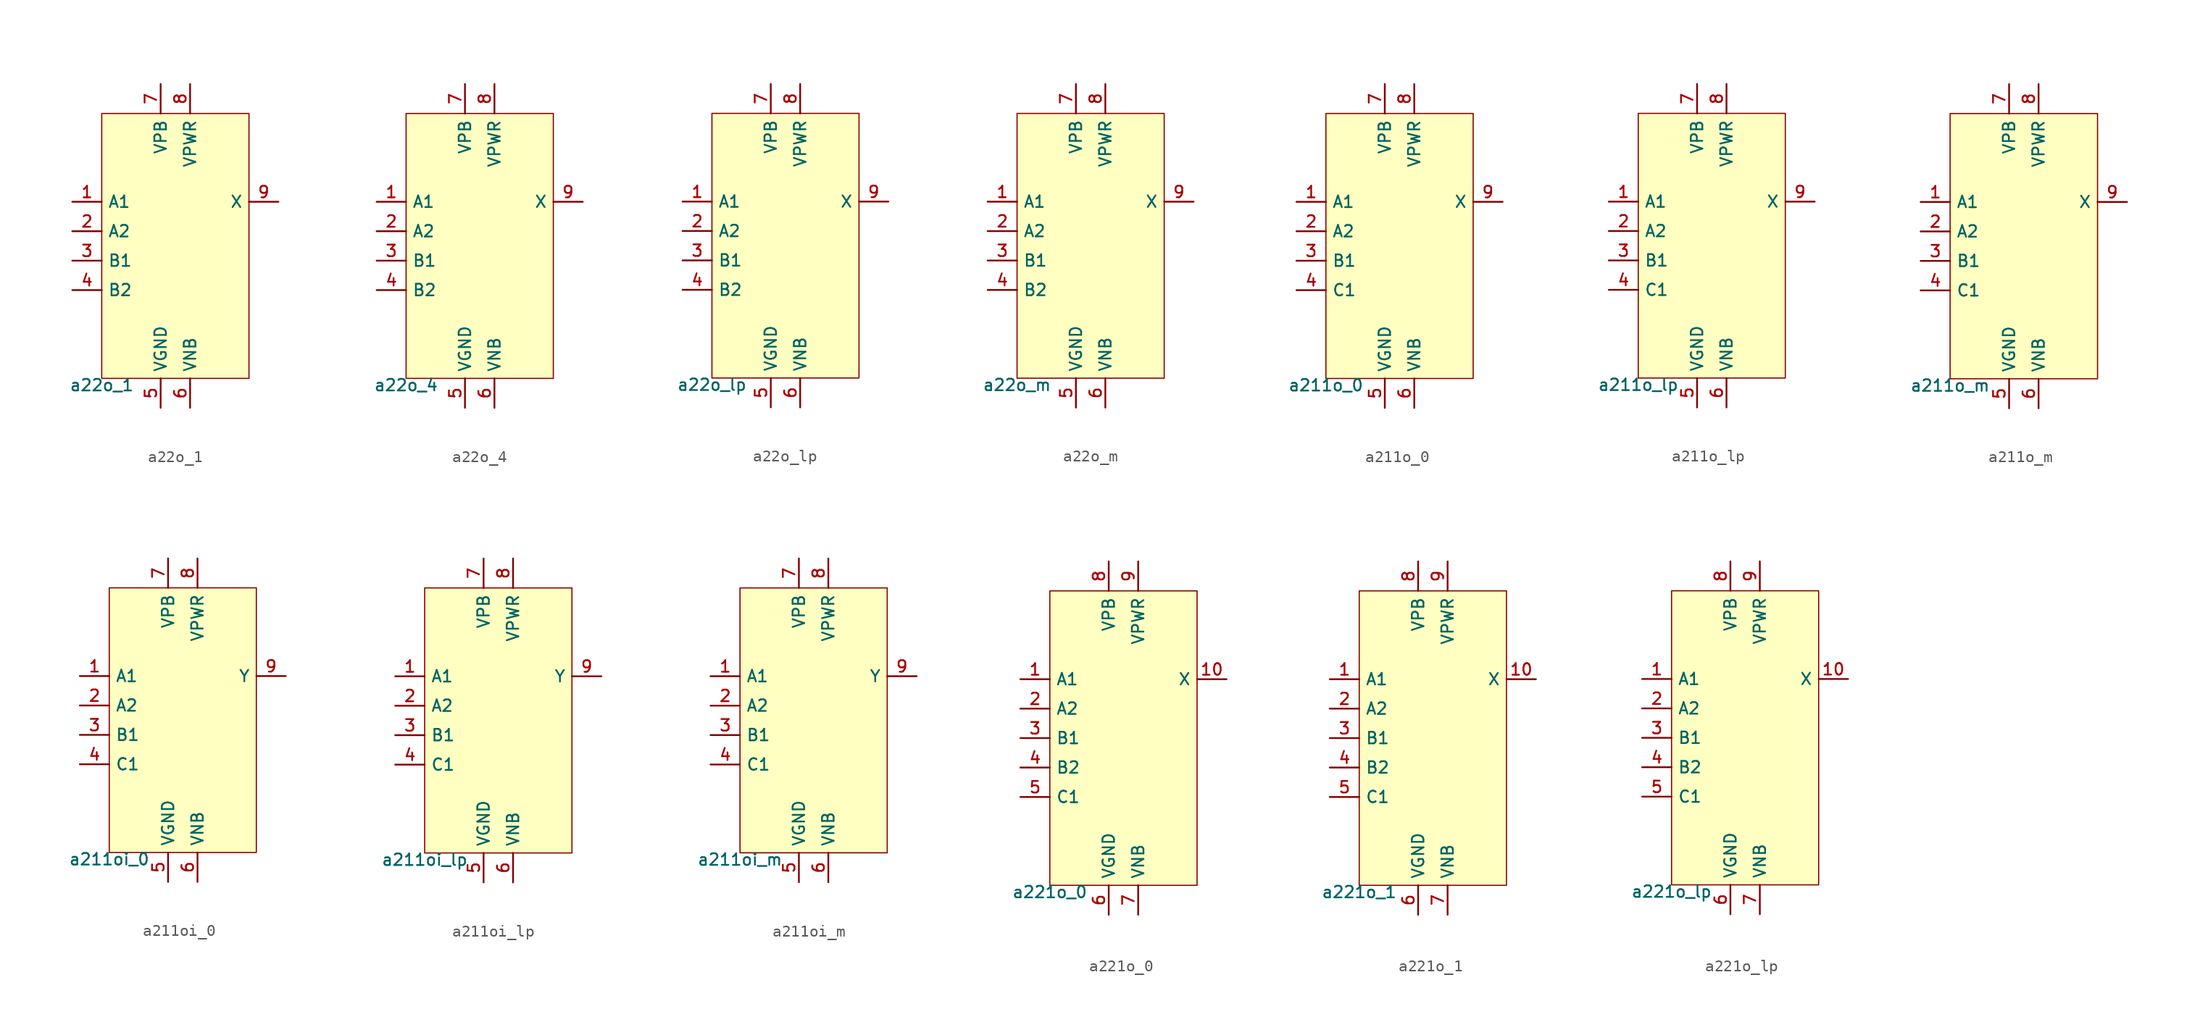
<source format=kicad_sym>
(kicad_symbol_lib
  (version 20211014)
  (generator pdk2kicad)
  (symbol "a22o_1"
    (property "Reference" "X"
      (at 0 0 0)
      (effects (font (size 1 1)) hide))
    (property "Value" "a22o_1"
      (at -6.35 -11.43 0)
      (effects (font (size 1 1)) (justify top)))
    (rectangle
      (start -6.35 -11.43)
      (end 6.35 11.43)
      (stroke (width 0.1) (type solid) (color 0 0 0 0))
      (fill (type background)))
    (pin input line
      (at -8.89 3.81 0)
      (length 2.54)
      (name "A1" (effects (font (size 1 1)) hide))
      (number "1" (effects (font (size 1 1)) hide)))
    (pin input line
      (at -8.89 1.27 0)
      (length 2.54)
      (name "A2" (effects (font (size 1 1)) hide))
      (number "2" (effects (font (size 1 1)) hide)))
    (pin input line
      (at -8.89 -1.27 0)
      (length 2.54)
      (name "B1" (effects (font (size 1 1)) hide))
      (number "3" (effects (font (size 1 1)) hide)))
    (pin input line
      (at -8.89 -3.81 0)
      (length 2.54)
      (name "B2" (effects (font (size 1 1)) hide))
      (number "4" (effects (font (size 1 1)) hide)))
    (pin power_in line
      (at -1.27 -13.97 90)
      (length 2.54)
      (name "VGND" (effects (font (size 1 1)) hide))
      (number "5" (effects (font (size 1 1)) hide)))
    (pin power_in line
      (at 1.27 -13.97 90)
      (length 2.54)
      (name "VNB" (effects (font (size 1 1)) hide))
      (number "6" (effects (font (size 1 1)) hide)))
    (pin power_in line
      (at -1.27 13.97 270)
      (length 2.54)
      (name "VPB" (effects (font (size 1 1)) hide))
      (number "7" (effects (font (size 1 1)) hide)))
    (pin power_in line
      (at 1.27 13.97 270)
      (length 2.54)
      (name "VPWR" (effects (font (size 1 1)) hide))
      (number "8" (effects (font (size 1 1)) hide)))
    (pin output line
      (at 8.89 3.81 180)
      (length 2.54)
      (name "X" (effects (font (size 1 1)) hide))
      (number "9" (effects (font (size 1 1)) hide))))
  (symbol "a22o_4"
    (property "Reference" "X"
      (at 0 0 0)
      (effects (font (size 1 1)) hide))
    (property "Value" "a22o_4"
      (at -6.35 -11.43 0)
      (effects (font (size 1 1)) (justify top)))
    (rectangle
      (start -6.35 -11.43)
      (end 6.35 11.43)
      (stroke (width 0.1) (type solid) (color 0 0 0 0))
      (fill (type background)))
    (pin input line
      (at -8.89 3.81 0)
      (length 2.54)
      (name "A1" (effects (font (size 1 1)) hide))
      (number "1" (effects (font (size 1 1)) hide)))
    (pin input line
      (at -8.89 1.27 0)
      (length 2.54)
      (name "A2" (effects (font (size 1 1)) hide))
      (number "2" (effects (font (size 1 1)) hide)))
    (pin input line
      (at -8.89 -1.27 0)
      (length 2.54)
      (name "B1" (effects (font (size 1 1)) hide))
      (number "3" (effects (font (size 1 1)) hide)))
    (pin input line
      (at -8.89 -3.81 0)
      (length 2.54)
      (name "B2" (effects (font (size 1 1)) hide))
      (number "4" (effects (font (size 1 1)) hide)))
    (pin power_in line
      (at -1.27 -13.97 90)
      (length 2.54)
      (name "VGND" (effects (font (size 1 1)) hide))
      (number "5" (effects (font (size 1 1)) hide)))
    (pin power_in line
      (at 1.27 -13.97 90)
      (length 2.54)
      (name "VNB" (effects (font (size 1 1)) hide))
      (number "6" (effects (font (size 1 1)) hide)))
    (pin power_in line
      (at -1.27 13.97 270)
      (length 2.54)
      (name "VPB" (effects (font (size 1 1)) hide))
      (number "7" (effects (font (size 1 1)) hide)))
    (pin power_in line
      (at 1.27 13.97 270)
      (length 2.54)
      (name "VPWR" (effects (font (size 1 1)) hide))
      (number "8" (effects (font (size 1 1)) hide)))
    (pin output line
      (at 8.89 3.81 180)
      (length 2.54)
      (name "X" (effects (font (size 1 1)) hide))
      (number "9" (effects (font (size 1 1)) hide))))
  (symbol "a22o_lp"
    (property "Reference" "X"
      (at 0 0 0)
      (effects (font (size 1 1)) hide))
    (property "Value" "a22o_lp"
      (at -6.35 -11.43 0)
      (effects (font (size 1 1)) (justify top)))
    (rectangle
      (start -6.35 -11.43)
      (end 6.35 11.43)
      (stroke (width 0.1) (type solid) (color 0 0 0 0))
      (fill (type background)))
    (pin input line
      (at -8.89 3.81 0)
      (length 2.54)
      (name "A1" (effects (font (size 1 1)) hide))
      (number "1" (effects (font (size 1 1)) hide)))
    (pin input line
      (at -8.89 1.27 0)
      (length 2.54)
      (name "A2" (effects (font (size 1 1)) hide))
      (number "2" (effects (font (size 1 1)) hide)))
    (pin input line
      (at -8.89 -1.27 0)
      (length 2.54)
      (name "B1" (effects (font (size 1 1)) hide))
      (number "3" (effects (font (size 1 1)) hide)))
    (pin input line
      (at -8.89 -3.81 0)
      (length 2.54)
      (name "B2" (effects (font (size 1 1)) hide))
      (number "4" (effects (font (size 1 1)) hide)))
    (pin power_in line
      (at -1.27 -13.97 90)
      (length 2.54)
      (name "VGND" (effects (font (size 1 1)) hide))
      (number "5" (effects (font (size 1 1)) hide)))
    (pin power_in line
      (at 1.27 -13.97 90)
      (length 2.54)
      (name "VNB" (effects (font (size 1 1)) hide))
      (number "6" (effects (font (size 1 1)) hide)))
    (pin power_in line
      (at -1.27 13.97 270)
      (length 2.54)
      (name "VPB" (effects (font (size 1 1)) hide))
      (number "7" (effects (font (size 1 1)) hide)))
    (pin power_in line
      (at 1.27 13.97 270)
      (length 2.54)
      (name "VPWR" (effects (font (size 1 1)) hide))
      (number "8" (effects (font (size 1 1)) hide)))
    (pin output line
      (at 8.89 3.81 180)
      (length 2.54)
      (name "X" (effects (font (size 1 1)) hide))
      (number "9" (effects (font (size 1 1)) hide))))
  (symbol "a22o_m"
    (property "Reference" "X"
      (at 0 0 0)
      (effects (font (size 1 1)) hide))
    (property "Value" "a22o_m"
      (at -6.35 -11.43 0)
      (effects (font (size 1 1)) (justify top)))
    (rectangle
      (start -6.35 -11.43)
      (end 6.35 11.43)
      (stroke (width 0.1) (type solid) (color 0 0 0 0))
      (fill (type background)))
    (pin input line
      (at -8.89 3.81 0)
      (length 2.54)
      (name "A1" (effects (font (size 1 1)) hide))
      (number "1" (effects (font (size 1 1)) hide)))
    (pin input line
      (at -8.89 1.27 0)
      (length 2.54)
      (name "A2" (effects (font (size 1 1)) hide))
      (number "2" (effects (font (size 1 1)) hide)))
    (pin input line
      (at -8.89 -1.27 0)
      (length 2.54)
      (name "B1" (effects (font (size 1 1)) hide))
      (number "3" (effects (font (size 1 1)) hide)))
    (pin input line
      (at -8.89 -3.81 0)
      (length 2.54)
      (name "B2" (effects (font (size 1 1)) hide))
      (number "4" (effects (font (size 1 1)) hide)))
    (pin power_in line
      (at -1.27 -13.97 90)
      (length 2.54)
      (name "VGND" (effects (font (size 1 1)) hide))
      (number "5" (effects (font (size 1 1)) hide)))
    (pin power_in line
      (at 1.27 -13.97 90)
      (length 2.54)
      (name "VNB" (effects (font (size 1 1)) hide))
      (number "6" (effects (font (size 1 1)) hide)))
    (pin power_in line
      (at -1.27 13.97 270)
      (length 2.54)
      (name "VPB" (effects (font (size 1 1)) hide))
      (number "7" (effects (font (size 1 1)) hide)))
    (pin power_in line
      (at 1.27 13.97 270)
      (length 2.54)
      (name "VPWR" (effects (font (size 1 1)) hide))
      (number "8" (effects (font (size 1 1)) hide)))
    (pin output line
      (at 8.89 3.81 180)
      (length 2.54)
      (name "X" (effects (font (size 1 1)) hide))
      (number "9" (effects (font (size 1 1)) hide))))
  (symbol "a211o_0"
    (property "Reference" "X"
      (at 0 0 0)
      (effects (font (size 1 1)) hide))
    (property "Value" "a211o_0"
      (at -6.35 -11.43 0)
      (effects (font (size 1 1)) (justify top)))
    (rectangle
      (start -6.35 -11.43)
      (end 6.35 11.43)
      (stroke (width 0.1) (type solid) (color 0 0 0 0))
      (fill (type background)))
    (pin input line
      (at -8.89 3.81 0)
      (length 2.54)
      (name "A1" (effects (font (size 1 1)) hide))
      (number "1" (effects (font (size 1 1)) hide)))
    (pin input line
      (at -8.89 1.27 0)
      (length 2.54)
      (name "A2" (effects (font (size 1 1)) hide))
      (number "2" (effects (font (size 1 1)) hide)))
    (pin input line
      (at -8.89 -1.27 0)
      (length 2.54)
      (name "B1" (effects (font (size 1 1)) hide))
      (number "3" (effects (font (size 1 1)) hide)))
    (pin input line
      (at -8.89 -3.81 0)
      (length 2.54)
      (name "C1" (effects (font (size 1 1)) hide))
      (number "4" (effects (font (size 1 1)) hide)))
    (pin power_in line
      (at -1.27 -13.97 90)
      (length 2.54)
      (name "VGND" (effects (font (size 1 1)) hide))
      (number "5" (effects (font (size 1 1)) hide)))
    (pin power_in line
      (at 1.27 -13.97 90)
      (length 2.54)
      (name "VNB" (effects (font (size 1 1)) hide))
      (number "6" (effects (font (size 1 1)) hide)))
    (pin power_in line
      (at -1.27 13.97 270)
      (length 2.54)
      (name "VPB" (effects (font (size 1 1)) hide))
      (number "7" (effects (font (size 1 1)) hide)))
    (pin power_in line
      (at 1.27 13.97 270)
      (length 2.54)
      (name "VPWR" (effects (font (size 1 1)) hide))
      (number "8" (effects (font (size 1 1)) hide)))
    (pin output line
      (at 8.89 3.81 180)
      (length 2.54)
      (name "X" (effects (font (size 1 1)) hide))
      (number "9" (effects (font (size 1 1)) hide))))
  (symbol "a211o_lp"
    (property "Reference" "X"
      (at 0 0 0)
      (effects (font (size 1 1)) hide))
    (property "Value" "a211o_lp"
      (at -6.35 -11.43 0)
      (effects (font (size 1 1)) (justify top)))
    (rectangle
      (start -6.35 -11.43)
      (end 6.35 11.43)
      (stroke (width 0.1) (type solid) (color 0 0 0 0))
      (fill (type background)))
    (pin input line
      (at -8.89 3.81 0)
      (length 2.54)
      (name "A1" (effects (font (size 1 1)) hide))
      (number "1" (effects (font (size 1 1)) hide)))
    (pin input line
      (at -8.89 1.27 0)
      (length 2.54)
      (name "A2" (effects (font (size 1 1)) hide))
      (number "2" (effects (font (size 1 1)) hide)))
    (pin input line
      (at -8.89 -1.27 0)
      (length 2.54)
      (name "B1" (effects (font (size 1 1)) hide))
      (number "3" (effects (font (size 1 1)) hide)))
    (pin input line
      (at -8.89 -3.81 0)
      (length 2.54)
      (name "C1" (effects (font (size 1 1)) hide))
      (number "4" (effects (font (size 1 1)) hide)))
    (pin power_in line
      (at -1.27 -13.97 90)
      (length 2.54)
      (name "VGND" (effects (font (size 1 1)) hide))
      (number "5" (effects (font (size 1 1)) hide)))
    (pin power_in line
      (at 1.27 -13.97 90)
      (length 2.54)
      (name "VNB" (effects (font (size 1 1)) hide))
      (number "6" (effects (font (size 1 1)) hide)))
    (pin power_in line
      (at -1.27 13.97 270)
      (length 2.54)
      (name "VPB" (effects (font (size 1 1)) hide))
      (number "7" (effects (font (size 1 1)) hide)))
    (pin power_in line
      (at 1.27 13.97 270)
      (length 2.54)
      (name "VPWR" (effects (font (size 1 1)) hide))
      (number "8" (effects (font (size 1 1)) hide)))
    (pin output line
      (at 8.89 3.81 180)
      (length 2.54)
      (name "X" (effects (font (size 1 1)) hide))
      (number "9" (effects (font (size 1 1)) hide))))
  (symbol "a211o_m"
    (property "Reference" "X"
      (at 0 0 0)
      (effects (font (size 1 1)) hide))
    (property "Value" "a211o_m"
      (at -6.35 -11.43 0)
      (effects (font (size 1 1)) (justify top)))
    (rectangle
      (start -6.35 -11.43)
      (end 6.35 11.43)
      (stroke (width 0.1) (type solid) (color 0 0 0 0))
      (fill (type background)))
    (pin input line
      (at -8.89 3.81 0)
      (length 2.54)
      (name "A1" (effects (font (size 1 1)) hide))
      (number "1" (effects (font (size 1 1)) hide)))
    (pin input line
      (at -8.89 1.27 0)
      (length 2.54)
      (name "A2" (effects (font (size 1 1)) hide))
      (number "2" (effects (font (size 1 1)) hide)))
    (pin input line
      (at -8.89 -1.27 0)
      (length 2.54)
      (name "B1" (effects (font (size 1 1)) hide))
      (number "3" (effects (font (size 1 1)) hide)))
    (pin input line
      (at -8.89 -3.81 0)
      (length 2.54)
      (name "C1" (effects (font (size 1 1)) hide))
      (number "4" (effects (font (size 1 1)) hide)))
    (pin power_in line
      (at -1.27 -13.97 90)
      (length 2.54)
      (name "VGND" (effects (font (size 1 1)) hide))
      (number "5" (effects (font (size 1 1)) hide)))
    (pin power_in line
      (at 1.27 -13.97 90)
      (length 2.54)
      (name "VNB" (effects (font (size 1 1)) hide))
      (number "6" (effects (font (size 1 1)) hide)))
    (pin power_in line
      (at -1.27 13.97 270)
      (length 2.54)
      (name "VPB" (effects (font (size 1 1)) hide))
      (number "7" (effects (font (size 1 1)) hide)))
    (pin power_in line
      (at 1.27 13.97 270)
      (length 2.54)
      (name "VPWR" (effects (font (size 1 1)) hide))
      (number "8" (effects (font (size 1 1)) hide)))
    (pin output line
      (at 8.89 3.81 180)
      (length 2.54)
      (name "X" (effects (font (size 1 1)) hide))
      (number "9" (effects (font (size 1 1)) hide))))
  (symbol "a211oi_0"
    (property "Reference" "X"
      (at 0 0 0)
      (effects (font (size 1 1)) hide))
    (property "Value" "a211oi_0"
      (at -6.35 -11.43 0)
      (effects (font (size 1 1)) (justify top)))
    (rectangle
      (start -6.35 -11.43)
      (end 6.35 11.43)
      (stroke (width 0.1) (type solid) (color 0 0 0 0))
      (fill (type background)))
    (pin input line
      (at -8.89 3.81 0)
      (length 2.54)
      (name "A1" (effects (font (size 1 1)) hide))
      (number "1" (effects (font (size 1 1)) hide)))
    (pin input line
      (at -8.89 1.27 0)
      (length 2.54)
      (name "A2" (effects (font (size 1 1)) hide))
      (number "2" (effects (font (size 1 1)) hide)))
    (pin input line
      (at -8.89 -1.27 0)
      (length 2.54)
      (name "B1" (effects (font (size 1 1)) hide))
      (number "3" (effects (font (size 1 1)) hide)))
    (pin input line
      (at -8.89 -3.81 0)
      (length 2.54)
      (name "C1" (effects (font (size 1 1)) hide))
      (number "4" (effects (font (size 1 1)) hide)))
    (pin power_in line
      (at -1.27 -13.97 90)
      (length 2.54)
      (name "VGND" (effects (font (size 1 1)) hide))
      (number "5" (effects (font (size 1 1)) hide)))
    (pin power_in line
      (at 1.27 -13.97 90)
      (length 2.54)
      (name "VNB" (effects (font (size 1 1)) hide))
      (number "6" (effects (font (size 1 1)) hide)))
    (pin power_in line
      (at -1.27 13.97 270)
      (length 2.54)
      (name "VPB" (effects (font (size 1 1)) hide))
      (number "7" (effects (font (size 1 1)) hide)))
    (pin power_in line
      (at 1.27 13.97 270)
      (length 2.54)
      (name "VPWR" (effects (font (size 1 1)) hide))
      (number "8" (effects (font (size 1 1)) hide)))
    (pin output line
      (at 8.89 3.81 180)
      (length 2.54)
      (name "Y" (effects (font (size 1 1)) hide))
      (number "9" (effects (font (size 1 1)) hide))))
  (symbol "a211oi_lp"
    (property "Reference" "X"
      (at 0 0 0)
      (effects (font (size 1 1)) hide))
    (property "Value" "a211oi_lp"
      (at -6.35 -11.43 0)
      (effects (font (size 1 1)) (justify top)))
    (rectangle
      (start -6.35 -11.43)
      (end 6.35 11.43)
      (stroke (width 0.1) (type solid) (color 0 0 0 0))
      (fill (type background)))
    (pin input line
      (at -8.89 3.81 0)
      (length 2.54)
      (name "A1" (effects (font (size 1 1)) hide))
      (number "1" (effects (font (size 1 1)) hide)))
    (pin input line
      (at -8.89 1.27 0)
      (length 2.54)
      (name "A2" (effects (font (size 1 1)) hide))
      (number "2" (effects (font (size 1 1)) hide)))
    (pin input line
      (at -8.89 -1.27 0)
      (length 2.54)
      (name "B1" (effects (font (size 1 1)) hide))
      (number "3" (effects (font (size 1 1)) hide)))
    (pin input line
      (at -8.89 -3.81 0)
      (length 2.54)
      (name "C1" (effects (font (size 1 1)) hide))
      (number "4" (effects (font (size 1 1)) hide)))
    (pin power_in line
      (at -1.27 -13.97 90)
      (length 2.54)
      (name "VGND" (effects (font (size 1 1)) hide))
      (number "5" (effects (font (size 1 1)) hide)))
    (pin power_in line
      (at 1.27 -13.97 90)
      (length 2.54)
      (name "VNB" (effects (font (size 1 1)) hide))
      (number "6" (effects (font (size 1 1)) hide)))
    (pin power_in line
      (at -1.27 13.97 270)
      (length 2.54)
      (name "VPB" (effects (font (size 1 1)) hide))
      (number "7" (effects (font (size 1 1)) hide)))
    (pin power_in line
      (at 1.27 13.97 270)
      (length 2.54)
      (name "VPWR" (effects (font (size 1 1)) hide))
      (number "8" (effects (font (size 1 1)) hide)))
    (pin output line
      (at 8.89 3.81 180)
      (length 2.54)
      (name "Y" (effects (font (size 1 1)) hide))
      (number "9" (effects (font (size 1 1)) hide))))
  (symbol "a211oi_m"
    (property "Reference" "X"
      (at 0 0 0)
      (effects (font (size 1 1)) hide))
    (property "Value" "a211oi_m"
      (at -6.35 -11.43 0)
      (effects (font (size 1 1)) (justify top)))
    (rectangle
      (start -6.35 -11.43)
      (end 6.35 11.43)
      (stroke (width 0.1) (type solid) (color 0 0 0 0))
      (fill (type background)))
    (pin input line
      (at -8.89 3.81 0)
      (length 2.54)
      (name "A1" (effects (font (size 1 1)) hide))
      (number "1" (effects (font (size 1 1)) hide)))
    (pin input line
      (at -8.89 1.27 0)
      (length 2.54)
      (name "A2" (effects (font (size 1 1)) hide))
      (number "2" (effects (font (size 1 1)) hide)))
    (pin input line
      (at -8.89 -1.27 0)
      (length 2.54)
      (name "B1" (effects (font (size 1 1)) hide))
      (number "3" (effects (font (size 1 1)) hide)))
    (pin input line
      (at -8.89 -3.81 0)
      (length 2.54)
      (name "C1" (effects (font (size 1 1)) hide))
      (number "4" (effects (font (size 1 1)) hide)))
    (pin power_in line
      (at -1.27 -13.97 90)
      (length 2.54)
      (name "VGND" (effects (font (size 1 1)) hide))
      (number "5" (effects (font (size 1 1)) hide)))
    (pin power_in line
      (at 1.27 -13.97 90)
      (length 2.54)
      (name "VNB" (effects (font (size 1 1)) hide))
      (number "6" (effects (font (size 1 1)) hide)))
    (pin power_in line
      (at -1.27 13.97 270)
      (length 2.54)
      (name "VPB" (effects (font (size 1 1)) hide))
      (number "7" (effects (font (size 1 1)) hide)))
    (pin power_in line
      (at 1.27 13.97 270)
      (length 2.54)
      (name "VPWR" (effects (font (size 1 1)) hide))
      (number "8" (effects (font (size 1 1)) hide)))
    (pin output line
      (at 8.89 3.81 180)
      (length 2.54)
      (name "Y" (effects (font (size 1 1)) hide))
      (number "9" (effects (font (size 1 1)) hide))))
  (symbol "a221o_0"
    (property "Reference" "X"
      (at 0 0 0)
      (effects (font (size 1 1)) hide))
    (property "Value" "a221o_0"
      (at -6.35 -12.7 0)
      (effects (font (size 1 1)) (justify top)))
    (rectangle
      (start -6.35 -12.7)
      (end 6.35 12.7)
      (stroke (width 0.1) (type solid) (color 0 0 0 0))
      (fill (type background)))
    (pin input line
      (at -8.89 5.08 0)
      (length 2.54)
      (name "A1" (effects (font (size 1 1)) hide))
      (number "1" (effects (font (size 1 1)) hide)))
    (pin input line
      (at -8.89 2.54 0)
      (length 2.54)
      (name "A2" (effects (font (size 1 1)) hide))
      (number "2" (effects (font (size 1 1)) hide)))
    (pin input line
      (at -8.89 -8.881784197001252e-16 0)
      (length 2.54)
      (name "B1" (effects (font (size 1 1)) hide))
      (number "3" (effects (font (size 1 1)) hide)))
    (pin input line
      (at -8.89 -2.54 0)
      (length 2.54)
      (name "B2" (effects (font (size 1 1)) hide))
      (number "4" (effects (font (size 1 1)) hide)))
    (pin input line
      (at -8.89 -5.08 0)
      (length 2.54)
      (name "C1" (effects (font (size 1 1)) hide))
      (number "5" (effects (font (size 1 1)) hide)))
    (pin power_in line
      (at -1.27 -15.24 90)
      (length 2.54)
      (name "VGND" (effects (font (size 1 1)) hide))
      (number "6" (effects (font (size 1 1)) hide)))
    (pin power_in line
      (at 1.27 -15.24 90)
      (length 2.54)
      (name "VNB" (effects (font (size 1 1)) hide))
      (number "7" (effects (font (size 1 1)) hide)))
    (pin power_in line
      (at -1.27 15.24 270)
      (length 2.54)
      (name "VPB" (effects (font (size 1 1)) hide))
      (number "8" (effects (font (size 1 1)) hide)))
    (pin power_in line
      (at 1.27 15.24 270)
      (length 2.54)
      (name "VPWR" (effects (font (size 1 1)) hide))
      (number "9" (effects (font (size 1 1)) hide)))
    (pin output line
      (at 8.89 5.08 180)
      (length 2.54)
      (name "X" (effects (font (size 1 1)) hide))
      (number "10" (effects (font (size 1 1)) hide))))
  (symbol "a221o_1"
    (property "Reference" "X"
      (at 0 0 0)
      (effects (font (size 1 1)) hide))
    (property "Value" "a221o_1"
      (at -6.35 -12.7 0)
      (effects (font (size 1 1)) (justify top)))
    (rectangle
      (start -6.35 -12.7)
      (end 6.35 12.7)
      (stroke (width 0.1) (type solid) (color 0 0 0 0))
      (fill (type background)))
    (pin input line
      (at -8.89 5.08 0)
      (length 2.54)
      (name "A1" (effects (font (size 1 1)) hide))
      (number "1" (effects (font (size 1 1)) hide)))
    (pin input line
      (at -8.89 2.54 0)
      (length 2.54)
      (name "A2" (effects (font (size 1 1)) hide))
      (number "2" (effects (font (size 1 1)) hide)))
    (pin input line
      (at -8.89 -8.881784197001252e-16 0)
      (length 2.54)
      (name "B1" (effects (font (size 1 1)) hide))
      (number "3" (effects (font (size 1 1)) hide)))
    (pin input line
      (at -8.89 -2.54 0)
      (length 2.54)
      (name "B2" (effects (font (size 1 1)) hide))
      (number "4" (effects (font (size 1 1)) hide)))
    (pin input line
      (at -8.89 -5.08 0)
      (length 2.54)
      (name "C1" (effects (font (size 1 1)) hide))
      (number "5" (effects (font (size 1 1)) hide)))
    (pin power_in line
      (at -1.27 -15.24 90)
      (length 2.54)
      (name "VGND" (effects (font (size 1 1)) hide))
      (number "6" (effects (font (size 1 1)) hide)))
    (pin power_in line
      (at 1.27 -15.24 90)
      (length 2.54)
      (name "VNB" (effects (font (size 1 1)) hide))
      (number "7" (effects (font (size 1 1)) hide)))
    (pin power_in line
      (at -1.27 15.24 270)
      (length 2.54)
      (name "VPB" (effects (font (size 1 1)) hide))
      (number "8" (effects (font (size 1 1)) hide)))
    (pin power_in line
      (at 1.27 15.24 270)
      (length 2.54)
      (name "VPWR" (effects (font (size 1 1)) hide))
      (number "9" (effects (font (size 1 1)) hide)))
    (pin output line
      (at 8.89 5.08 180)
      (length 2.54)
      (name "X" (effects (font (size 1 1)) hide))
      (number "10" (effects (font (size 1 1)) hide))))
  (symbol "a221o_lp"
    (property "Reference" "X"
      (at 0 0 0)
      (effects (font (size 1 1)) hide))
    (property "Value" "a221o_lp"
      (at -6.35 -12.7 0)
      (effects (font (size 1 1)) (justify top)))
    (rectangle
      (start -6.35 -12.7)
      (end 6.35 12.7)
      (stroke (width 0.1) (type solid) (color 0 0 0 0))
      (fill (type background)))
    (pin input line
      (at -8.89 5.08 0)
      (length 2.54)
      (name "A1" (effects (font (size 1 1)) hide))
      (number "1" (effects (font (size 1 1)) hide)))
    (pin input line
      (at -8.89 2.54 0)
      (length 2.54)
      (name "A2" (effects (font (size 1 1)) hide))
      (number "2" (effects (font (size 1 1)) hide)))
    (pin input line
      (at -8.89 -8.881784197001252e-16 0)
      (length 2.54)
      (name "B1" (effects (font (size 1 1)) hide))
      (number "3" (effects (font (size 1 1)) hide)))
    (pin input line
      (at -8.89 -2.54 0)
      (length 2.54)
      (name "B2" (effects (font (size 1 1)) hide))
      (number "4" (effects (font (size 1 1)) hide)))
    (pin input line
      (at -8.89 -5.08 0)
      (length 2.54)
      (name "C1" (effects (font (size 1 1)) hide))
      (number "5" (effects (font (size 1 1)) hide)))
    (pin power_in line
      (at -1.27 -15.24 90)
      (length 2.54)
      (name "VGND" (effects (font (size 1 1)) hide))
      (number "6" (effects (font (size 1 1)) hide)))
    (pin power_in line
      (at 1.27 -15.24 90)
      (length 2.54)
      (name "VNB" (effects (font (size 1 1)) hide))
      (number "7" (effects (font (size 1 1)) hide)))
    (pin power_in line
      (at -1.27 15.24 270)
      (length 2.54)
      (name "VPB" (effects (font (size 1 1)) hide))
      (number "8" (effects (font (size 1 1)) hide)))
    (pin power_in line
      (at 1.27 15.24 270)
      (length 2.54)
      (name "VPWR" (effects (font (size 1 1)) hide))
      (number "9" (effects (font (size 1 1)) hide)))
    (pin output line
      (at 8.89 5.08 180)
      (length 2.54)
      (name "X" (effects (font (size 1 1)) hide))
      (number "10" (effects (font (size 1 1)) hide)))))
</source>
